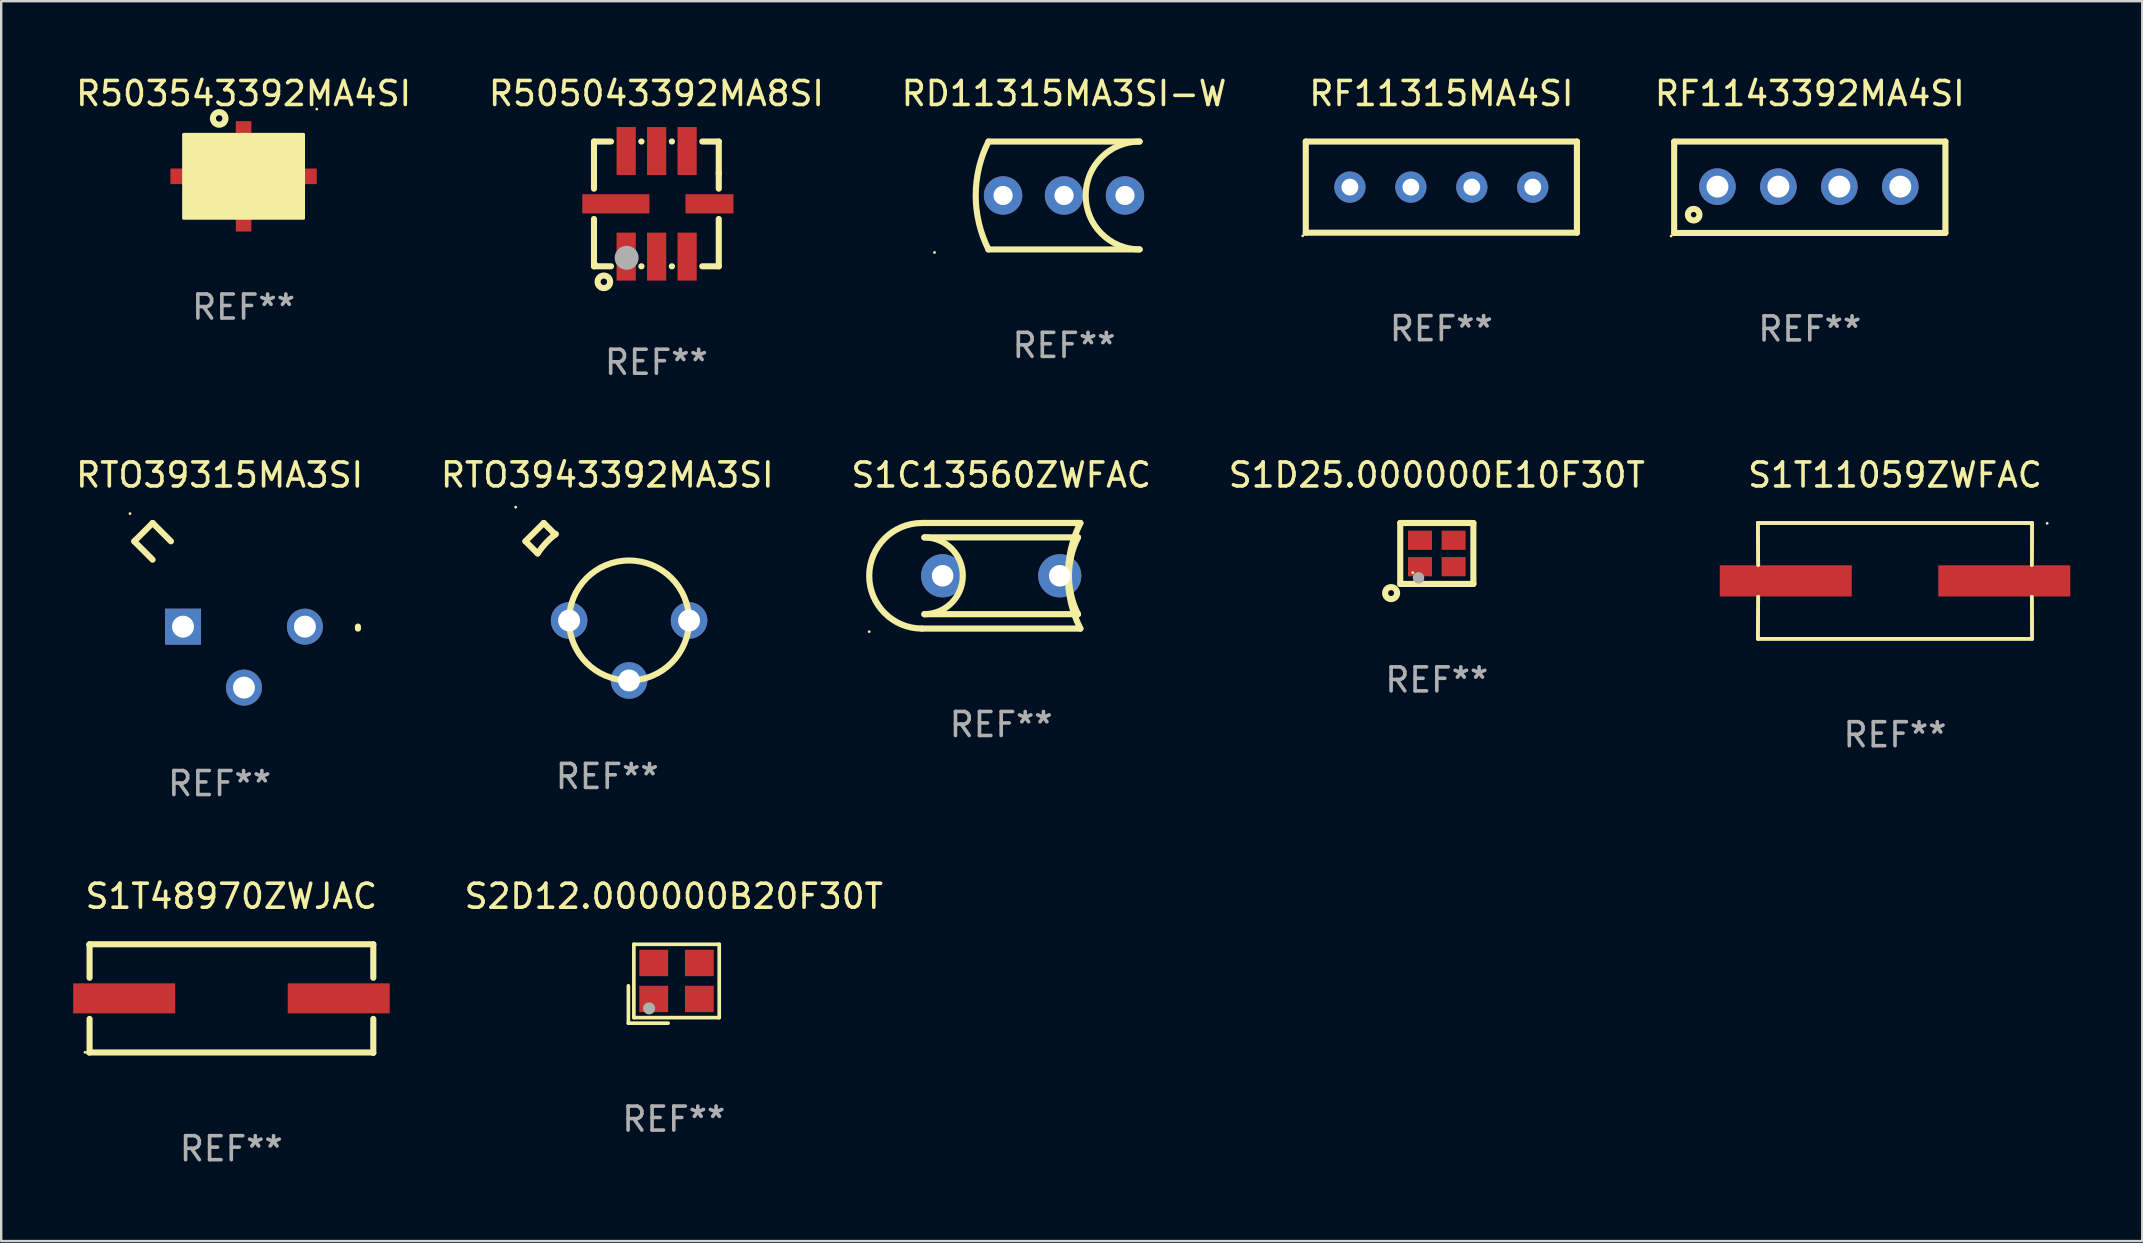
<source format=kicad_pcb>
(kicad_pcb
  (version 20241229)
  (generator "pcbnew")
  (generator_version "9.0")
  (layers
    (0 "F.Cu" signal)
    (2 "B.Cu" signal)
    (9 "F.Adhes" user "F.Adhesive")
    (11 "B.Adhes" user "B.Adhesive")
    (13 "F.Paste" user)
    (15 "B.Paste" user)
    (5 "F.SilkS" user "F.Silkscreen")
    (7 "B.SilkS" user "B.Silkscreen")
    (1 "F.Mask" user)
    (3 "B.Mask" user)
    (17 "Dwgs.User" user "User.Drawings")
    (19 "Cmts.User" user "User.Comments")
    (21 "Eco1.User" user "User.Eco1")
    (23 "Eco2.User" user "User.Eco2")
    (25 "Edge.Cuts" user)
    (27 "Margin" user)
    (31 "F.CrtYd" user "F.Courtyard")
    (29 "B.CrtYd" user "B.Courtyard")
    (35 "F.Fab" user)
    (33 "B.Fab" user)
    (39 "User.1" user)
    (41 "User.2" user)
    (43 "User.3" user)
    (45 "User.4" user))
  (footprint "RD11315MA3SI-W"
    (layer "F.Cu")
    (at 41.292 5.096)
    (property "Reference" "RD11315MA3SI-W" (at 0 -4.248 0) (layer "F.SilkS") (effects (font (size 1 1) (thickness 0.15))))
    (attr through_hole)
    (fp_line (start 3.15 -2.248) (end -3.15 -2.248) (stroke (width 0.254) (type solid)) (layer "F.SilkS"))
    (fp_line (start 3.15 2.248) (end -3.15 2.248) (stroke (width 0.254) (type solid)) (layer "F.SilkS"))
    (fp_arc (start -3.149606 2.247905) (mid -3.680264 0) (end -3.149606 -2.247904) (stroke (width 0.254001) (type solid)) (layer "F.SilkS"))
    (fp_arc (start 3.149606 2.247904) (mid 0.901702 0) (end 3.149606 -2.247904) (stroke (width 0.254001) (type solid)) (layer "F.SilkS"))
    (fp_circle (center -5.398 2.375) (end -5.368 2.375) (stroke (width 0.06) (type solid)) (fill no) (layer "F.SilkS"))
    (fp_text user "REF**" (at 0 6.248 0) (layer "F.Fab") (effects (font (size 1 1) (thickness 0.15))))
    (pad "1" thru_hole circle (at -2.54 0) (size 1.6 1.6) (drill 0.8) (layers "*.Cu" "*.Mask"))
    (pad "2" thru_hole circle (at 2.54 0) (size 1.6 1.6) (drill 0.8) (layers "*.Cu" "*.Mask"))
    (pad "3" thru_hole circle (at 0 0) (size 1.6 1.6) (drill 0.8) (layers "*.Cu" "*.Mask")))
  (footprint "RF11315MA4SI"
    (layer "F.Cu")
    (at 57.016 4.748)
    (property "Reference" "RF11315MA4SI" (at 0 -3.9 0) (layer "F.SilkS") (effects (font (size 1 1) (thickness 0.15))))
    (attr through_hole)
    (fp_line (start -5.65 -1.9) (end 5.65 -1.9) (stroke (width 0.254) (type solid)) (layer "F.SilkS"))
    (fp_line (start -5.65 1.9) (end -5.65 -1.9) (stroke (width 0.254) (type solid)) (layer "F.SilkS"))
    (fp_line (start 5.65 -1.9) (end 5.65 1.9) (stroke (width 0.254) (type solid)) (layer "F.SilkS"))
    (fp_line (start 5.65 1.9) (end -5.65 1.9) (stroke (width 0.254) (type solid)) (layer "F.SilkS"))
    (fp_circle (center -5.777 2.027) (end -5.747 2.027) (stroke (width 0.06) (type solid)) (fill no) (layer "F.SilkS"))
    (fp_text user "REF**" (at 0 5.9 0) (layer "F.Fab") (effects (font (size 1 1) (thickness 0.15))))
    (pad "1" thru_hole circle (at -3.81 0) (size 1.3 1.3) (drill 0.7) (layers "*.Cu" "*.Mask"))
    (pad "2" thru_hole circle (at -1.27 0) (size 1.3 1.3) (drill 0.7) (layers "*.Cu" "*.Mask"))
    (pad "3" thru_hole circle (at 1.27 0) (size 1.3 1.3) (drill 0.7) (layers "*.Cu" "*.Mask"))
    (pad "4" thru_hole circle (at 3.81 0) (size 1.3 1.3) (drill 0.7) (layers "*.Cu" "*.Mask")))
  (footprint "S1T11059ZWFAC"
    (layer "F.Cu")
    (at 75.922 21.158)
    (property "Reference" "S1T11059ZWFAC" (at 0 -4.413 0) (layer "F.SilkS") (effects (font (size 1 1) (thickness 0.15))))
    (attr through_hole)
    (fp_line (start -5.715 -2.413) (end -5.7 -0.662) (stroke (width 0.152) (type solid)) (layer "F.SilkS"))
    (fp_line (start -5.715 -2.413) (end -5.7 -0.662) (stroke (width 0.152) (type solid)) (layer "F.SilkS"))
    (fp_line (start -5.715 2.413) (end 5.715 2.413) (stroke (width 0.152) (type solid)) (layer "F.SilkS"))
    (fp_line (start -5.715 2.413) (end 5.715 2.413) (stroke (width 0.152) (type solid)) (layer "F.SilkS"))
    (fp_line (start -5.7 0.662) (end -5.715 2.413) (stroke (width 0.152) (type solid)) (layer "F.SilkS"))
    (fp_line (start -5.7 0.662) (end -5.715 2.413) (stroke (width 0.152) (type solid)) (layer "F.SilkS"))
    (fp_line (start 5.7 -0.662) (end 5.715 -2.413) (stroke (width 0.152) (type solid)) (layer "F.SilkS"))
    (fp_line (start 5.7 -0.662) (end 5.715 -2.413) (stroke (width 0.152) (type solid)) (layer "F.SilkS"))
    (fp_line (start 5.715 -2.413) (end -5.715 -2.413) (stroke (width 0.152) (type solid)) (layer "F.SilkS"))
    (fp_line (start 5.715 -2.413) (end -5.715 -2.413) (stroke (width 0.152) (type solid)) (layer "F.SilkS"))
    (fp_line (start 5.715 2.413) (end 5.7 0.662) (stroke (width 0.152) (type solid)) (layer "F.SilkS"))
    (fp_line (start 5.715 2.413) (end 5.7 0.662) (stroke (width 0.152) (type solid)) (layer "F.SilkS"))
    (fp_circle (center 6.34 -2.4) (end 6.37 -2.4) (stroke (width 0.06) (type solid)) (fill no) (layer "F.SilkS"))
    (fp_text user "REF**" (at 0 6.413 0) (layer "F.Fab") (effects (font (size 1 1) (thickness 0.15))))
    (pad "1" smd rect (at 4.553 0) (size 5.5 1.3) (layers "F.Cu" "F.Mask" "F.Paste"))
    (pad "2" smd rect (at -4.553 0) (size 5.5 1.3) (layers "F.Cu" "F.Mask" "F.Paste")))
  (footprint "RTO39315MA3SI"
    (layer "F.Cu")
    (at 6.101 22.175)
    (property "Reference" "RTO39315MA3SI" (at 0 -5.43 0) (layer "F.SilkS") (effects (font (size 1 1) (thickness 0.15))))
    (attr through_hole)
    (fp_line (start -3.556 -2.666) (end -2.791 -3.43) (stroke (width 0.254) (type solid)) (layer "F.SilkS"))
    (fp_line (start -3.556 -2.666) (end -2.791 -1.901) (stroke (width 0.254) (type solid)) (layer "F.SilkS"))
    (fp_line (start -2.791 -3.43) (end -2.027 -2.666) (stroke (width 0.254) (type solid)) (layer "F.SilkS"))
    (fp_arc (start 5.765812 0.971348) (mid 5.765627 0.929273) (end 5.765812 0.887198) (stroke (width 0.254001) (type solid)) (layer "F.SilkS"))
    (fp_circle (center -3.734 -3.821) (end -3.704 -3.821) (stroke (width 0.06) (type solid)) (fill no) (layer "F.SilkS"))
    (fp_text user "REF**" (at 0 7.43 0) (layer "F.Fab") (effects (font (size 1 1) (thickness 0.15))))
    (pad "1" thru_hole rect (at -1.524 0.89) (size 1.499 1.499) (drill 0.914) (layers "*.Cu" "*.Mask"))
    (pad "2" thru_hole circle (at 1.016 3.43) (size 1.499 1.499) (drill 0.914) (layers "*.Cu" "*.Mask"))
    (pad "3" thru_hole circle (at 3.556 0.89) (size 1.499 1.499) (drill 0.914) (layers "*.Cu" "*.Mask")))
  (footprint "S2D12.000000B20F30T"
    (layer "F.Cu")
    (at 25.03 37.945)
    (property "Reference" "S2D12.000000B20F30T" (at 0 -3.643 0) (layer "F.SilkS") (effects (font (size 1 1) (thickness 0.15))))
    (attr through_hole)
    (fp_line (start -1.893 0.086) (end -1.893 1.643) (stroke (width 0.152) (type solid)) (layer "F.SilkS"))
    (fp_line (start -1.893 1.643) (end -0.237 1.643) (stroke (width 0.152) (type solid)) (layer "F.SilkS"))
    (fp_line (start -1.665 -1.643) (end 1.893 -1.643) (stroke (width 0.152) (type solid)) (layer "F.SilkS"))
    (fp_line (start -1.665 1.414) (end -1.665 -1.643) (stroke (width 0.152) (type solid)) (layer "F.SilkS"))
    (fp_line (start 1.893 -1.643) (end 1.893 1.414) (stroke (width 0.152) (type solid)) (layer "F.SilkS"))
    (fp_line (start 1.893 1.414) (end -1.665 1.414) (stroke (width 0.152) (type solid)) (layer "F.SilkS"))
    (fp_circle (center -1.136 0.885) (end -1.106 0.885) (stroke (width 0.06) (type solid)) (fill no) (layer "F.SilkS"))
    (fp_circle (center -1.029 1.028) (end -0.902 1.028) (stroke (width 0.254) (type solid)) (fill no) (layer "F.Fab"))
    (fp_text user "REF**" (at 0 5.643 0) (layer "F.Fab") (effects (font (size 1 1) (thickness 0.15))))
    (pad "1" smd rect (at -0.836 0.636) (size 1.2 1.1) (layers "F.Cu" "F.Mask" "F.Paste"))
    (pad "2" smd rect (at 1.064 0.636) (size 1.2 1.1) (layers "F.Cu" "F.Mask" "F.Paste"))
    (pad "3" smd rect (at 1.064 -0.865) (size 1.2 1.1) (layers "F.Cu" "F.Mask" "F.Paste"))
    (pad "4" smd rect (at -0.836 -0.865) (size 1.2 1.1) (layers "F.Cu" "F.Mask" "F.Paste")))
  (footprint "S1C13560ZWFAC"
    (layer "F.Cu")
    (at 38.673 20.945)
    (property "Reference" "S1C13560ZWFAC" (at 0 -4.2 0) (layer "F.SilkS") (effects (font (size 1 1) (thickness 0.15))))
    (attr through_hole)
    (fp_line (start -3.3 -2.2) (end 3.3 -2.2) (stroke (width 0.258) (type solid)) (layer "F.SilkS"))
    (fp_line (start -3.2 1.6) (end 3.2 1.6) (stroke (width 0.258) (type solid)) (layer "F.SilkS"))
    (fp_line (start 3.2 -1.6) (end -3.2 -1.6) (stroke (width 0.258) (type solid)) (layer "F.SilkS"))
    (fp_line (start 3.3 2.2) (end -3.3 2.2) (stroke (width 0.258) (type solid)) (layer "F.SilkS"))
    (fp_arc (start -3.299987 2.2) (mid -5.499301 -0.000076) (end -3.299479 -2.199644) (stroke (width 0.258065) (type solid)) (layer "F.SilkS"))
    (fp_arc (start -3.200418 -1.600203) (mid -1.600292 -0.000291) (end -3.200013 1.600025) (stroke (width 0.258065) (type solid)) (layer "F.SilkS"))
    (fp_arc (start 3.200394 1.600203) (mid 2.822512 0.00014) (end 3.199962 -1.600025) (stroke (width 0.258065) (type solid)) (layer "F.SilkS"))
    (fp_arc (start 3.299453 2.199645) (mid 2.780328 -0.000241) (end 3.299987 -2.2) (stroke (width 0.258065) (type solid)) (layer "F.SilkS"))
    (fp_circle (center -5.5 2.329) (end -5.47 2.329) (stroke (width 0.06) (type solid)) (fill no) (layer "F.SilkS"))
    (fp_text user "REF**" (at 0 6.2 0) (layer "F.Fab") (effects (font (size 1 1) (thickness 0.15))))
    (pad "1" thru_hole circle (at -2.44 0) (size 1.8 1.8) (drill 0.9) (layers "*.Cu" "*.Mask"))
    (pad "2" thru_hole circle (at 2.44 0) (size 1.8 1.8) (drill 0.9) (layers "*.Cu" "*.Mask")))
  (footprint "RF1143392MA4SI"
    (layer "F.Cu")
    (at 72.37 4.753)
    (property "Reference" "RF1143392MA4SI" (at 0 -3.905 0) (layer "F.SilkS") (effects (font (size 1 1) (thickness 0.15))))
    (attr through_hole)
    (fp_line (start -5.652 -1.905) (end 5.649 -1.905) (stroke (width 0.254) (type solid)) (layer "F.SilkS"))
    (fp_line (start -5.652 1.905) (end -5.652 -1.895) (stroke (width 0.254) (type solid)) (layer "F.SilkS"))
    (fp_line (start 5.652 -1.905) (end 5.652 1.895) (stroke (width 0.254) (type solid)) (layer "F.SilkS"))
    (fp_line (start 5.652 1.905) (end -5.649 1.905) (stroke (width 0.254) (type solid)) (layer "F.SilkS"))
    (fp_circle (center -5.779 2.032) (end -5.749 2.032) (stroke (width 0.06) (type solid)) (fill no) (layer "F.SilkS"))
    (fp_circle (center -4.839 1.143) (end -4.725 1.143) (stroke (width 0.254) (type solid)) (fill no) (layer "F.SilkS"))
    (fp_text user "REF**" (at 0 5.905 0) (layer "F.Fab") (effects (font (size 1 1) (thickness 0.15))))
    (pad "1" thru_hole circle (at -3.848 -0.025) (size 1.524 1.524) (drill 0.914) (layers "*.Cu" "*.Mask"))
    (pad "2" thru_hole circle (at -1.308 -0.025) (size 1.524 1.524) (drill 0.914) (layers "*.Cu" "*.Mask"))
    (pad "3" thru_hole circle (at 1.232 -0.025) (size 1.524 1.524) (drill 0.914) (layers "*.Cu" "*.Mask"))
    (pad "4" thru_hole circle (at 3.772 -0.025) (size 1.524 1.524) (drill 0.914) (layers "*.Cu" "*.Mask")))
  (footprint "S1T48970ZWJAC"
    (layer "F.Cu")
    (at 6.589 38.562)
    (property "Reference" "S1T48970ZWJAC" (at 0 -4.261 0) (layer "F.SilkS") (effects (font (size 1 1) (thickness 0.15))))
    (attr through_hole)
    (fp_line (start -5.918 2.248) (end 5.906 2.248) (stroke (width 0.254) (type solid)) (layer "F.SilkS"))
    (fp_line (start -5.906 -2.261) (end -5.918 -2.248) (stroke (width 0.254) (type solid)) (layer "F.SilkS"))
    (fp_line (start -5.906 -2.244) (end -5.906 -0.864) (stroke (width 0.254) (type solid)) (layer "F.SilkS"))
    (fp_line (start -5.906 0.848) (end -5.906 2.235) (stroke (width 0.254) (type solid)) (layer "F.SilkS"))
    (fp_line (start -5.906 2.235) (end -5.918 2.248) (stroke (width 0.254) (type solid)) (layer "F.SilkS"))
    (fp_line (start 5.906 2.248) (end 5.918 2.261) (stroke (width 0.254) (type solid)) (layer "F.SilkS"))
    (fp_line (start 5.918 -2.261) (end -5.906 -2.261) (stroke (width 0.254) (type solid)) (layer "F.SilkS"))
    (fp_line (start 5.918 -0.864) (end 5.918 -2.261) (stroke (width 0.254) (type solid)) (layer "F.SilkS"))
    (fp_line (start 5.918 2.261) (end 5.918 0.848) (stroke (width 0.254) (type solid)) (layer "F.SilkS"))
    (fp_circle (center -6.096 2.242) (end -6.066 2.242) (stroke (width 0.06) (type solid)) (fill no) (layer "F.SilkS"))
    (fp_text user "REF**" (at 0 6.261 0) (layer "F.Fab") (effects (font (size 1 1) (thickness 0.15))))
    (pad "1" smd rect (at -4.464 -0.008) (size 4.25 1.25) (layers "F.Cu" "F.Mask" "F.Paste"))
    (pad "2" smd rect (at 4.477 -0.008) (size 4.25 1.25) (layers "F.Cu" "F.Mask" "F.Paste")))
  (footprint "R503543392MA4SI"
    (layer "F.Cu")
    (at 7.101 4.298)
    (property "Reference" "R503543392MA4SI" (at 0 -3.45 0) (layer "F.SilkS") (effects (font (size 1 1) (thickness 0.15))))
    (attr through_hole)
    (fp_circle (center -1.016 -2.413) (end -0.754 -2.413) (stroke (width 0.254) (type solid)) (fill no) (layer "F.SilkS"))
    (fp_circle (center 3.05 -2.802) (end 3.08 -2.802) (stroke (width 0.06) (type solid)) (fill no) (layer "F.SilkS"))
    (fp_poly (pts (xy -2.5 -1.75) (xy 2.5 -1.75) (xy 2.5 1.75) (xy -2.5 1.75)) (stroke (width 0.12) (type solid)) (fill yes) (layer "F.SilkS"))
    (fp_text user "REF**" (at 0 5.45 0) (layer "F.Fab") (effects (font (size 1 1) (thickness 0.15))))
    (pad "1" smd rect (at 0.000127 -1.45 270) (size 1.7 0.65) (layers "F.Cu" "F.Mask" "F.Paste"))
    (pad "2" smd rect (at -2.2 0) (size 1.7 0.65) (layers "F.Cu" "F.Mask" "F.Paste"))
    (pad "3" smd rect (at 0.000127 1.45 90) (size 1.7 0.65) (layers "F.Cu" "F.Mask" "F.Paste"))
    (pad "4" smd rect (at 2.2 0 180) (size 1.7 0.65) (layers "F.Cu" "F.Mask" "F.Paste")))
  (footprint "RTO3943392MA3SI"
    (layer "F.Cu")
    (at 22.256 22.026)
    (property "Reference" "RTO3943392MA3SI" (at 0 -5.282 0) (layer "F.SilkS") (effects (font (size 1 1) (thickness 0.15))))
    (attr through_hole)
    (fp_line (start -3.409 -2.52) (end -2.901 -2.012) (stroke (width 0.254) (type solid)) (layer "F.SilkS"))
    (fp_line (start -3.409 -2.52) (end -2.647 -3.282) (stroke (width 0.254) (type solid)) (layer "F.SilkS"))
    (fp_line (start -2.647 -3.282) (end -2.164 -2.799) (stroke (width 0.254) (type solid)) (layer "F.SilkS"))
    (fp_arc (start -2.900686 -2.011684) (mid -2.555335 -2.449563) (end -2.142494 -2.824486) (stroke (width 0.254001) (type solid)) (layer "F.SilkS"))
    (fp_circle (center -3.816 -3.942) (end -3.786 -3.942) (stroke (width 0.06) (type solid)) (fill no) (layer "F.SilkS"))
    (fp_circle (center 0.909 0.782) (end 3.409 0.782) (stroke (width 0.254) (type solid)) (fill no) (layer "F.SilkS"))
    (fp_text user "REF**" (at 0 7.282 0) (layer "F.Fab") (effects (font (size 1 1) (thickness 0.15))))
    (pad "1" thru_hole circle (at -1.59 0.782) (size 1.524 1.524) (drill 0.914) (layers "*.Cu" "*.Mask"))
    (pad "2" thru_hole circle (at 0.909 3.282) (size 1.524 1.524) (drill 0.914) (layers "*.Cu" "*.Mask"))
    (pad "3" thru_hole circle (at 3.409 0.782) (size 1.524 1.524) (drill 0.914) (layers "*.Cu" "*.Mask")))
  (footprint "R505043392MA8SI"
    (layer "F.Cu")
    (at 24.304 5.448)
    (property "Reference" "R505043392MA8SI" (at 0 -4.6 0) (layer "F.SilkS") (effects (font (size 1 1) (thickness 0.15))))
    (attr through_hole)
    (fp_line (start -2.6 -2.6) (end -1.89 -2.6) (stroke (width 0.254) (type solid)) (layer "F.SilkS"))
    (fp_line (start -2.6 -0.635) (end -2.6 -2.6) (stroke (width 0.254) (type solid)) (layer "F.SilkS"))
    (fp_line (start -2.6 2.6) (end -2.6 0.627) (stroke (width 0.254) (type solid)) (layer "F.SilkS"))
    (fp_line (start -1.89 2.6) (end -2.6 2.6) (stroke (width 0.254) (type solid)) (layer "F.SilkS"))
    (fp_line (start -0.628 -2.6) (end -0.62 -2.6) (stroke (width 0.254) (type solid)) (layer "F.SilkS"))
    (fp_line (start -0.62 2.6) (end -0.628 2.6) (stroke (width 0.254) (type solid)) (layer "F.SilkS"))
    (fp_line (start 0.642 -2.6) (end 0.65 -2.6) (stroke (width 0.254) (type solid)) (layer "F.SilkS"))
    (fp_line (start 0.65 2.6) (end 0.642 2.6) (stroke (width 0.254) (type solid)) (layer "F.SilkS"))
    (fp_line (start 1.912 -2.6) (end 2.6 -2.6) (stroke (width 0.254) (type solid)) (layer "F.SilkS"))
    (fp_line (start 2.6 -2.6) (end 2.6 -1.25) (stroke (width 0.254) (type solid)) (layer "F.SilkS"))
    (fp_line (start 2.6 -1.3) (end 2.6 -0.635) (stroke (width 0.254) (type solid)) (layer "F.SilkS"))
    (fp_line (start 2.6 0.627) (end 2.6 2.6) (stroke (width 0.254) (type solid)) (layer "F.SilkS"))
    (fp_line (start 2.6 2.6) (end 1.912 2.6) (stroke (width 0.254) (type solid)) (layer "F.SilkS"))
    (fp_circle (center -2.489 2.496) (end -2.459 2.496) (stroke (width 0.06) (type solid)) (fill no) (layer "F.SilkS"))
    (fp_circle (center -2.189 3.246) (end -1.927 3.246) (stroke (width 0.254) (type solid)) (fill no) (layer "F.SilkS"))
    (fp_circle (center -1.239 2.246) (end -0.989 2.246) (stroke (width 0.5) (type solid)) (fill no) (layer "F.Fab"))
    (fp_text user "REF**" (at 0 6.6 0) (layer "F.Fab") (effects (font (size 1 1) (thickness 0.15))))
    (pad "1" smd rect (at -1.259 2.196 90) (size 2 0.8) (layers "F.Cu" "F.Mask" "F.Paste"))
    (pad "2" smd rect (at 0.011 2.196 90) (size 2 0.8) (layers "F.Cu" "F.Mask" "F.Paste"))
    (pad "3" smd rect (at 1.281 2.196 90) (size 2 0.8) (layers "F.Cu" "F.Mask" "F.Paste"))
    (pad "4" smd rect (at 2.211 -0.004 180) (size 2 0.8) (layers "F.Cu" "F.Mask" "F.Paste"))
    (pad "5" smd rect (at 1.281 -2.204 270) (size 2 0.8) (layers "F.Cu" "F.Mask" "F.Paste"))
    (pad "6" smd rect (at 0.011 -2.204 270) (size 2 0.8) (layers "F.Cu" "F.Mask" "F.Paste"))
    (pad "7" smd rect (at -1.259 -2.204 270) (size 2 0.8) (layers "F.Cu" "F.Mask" "F.Paste"))
    (pad "8" smd rect (at -1.689 -0.004) (size 2.8 0.8) (layers "F.Cu" "F.Mask" "F.Paste")))
  (footprint "S1D25.000000E10F30T"
    (layer "F.Cu")
    (at 56.827 20.015)
    (property "Reference" "S1D25.000000E10F30T" (at 0 -3.27 0) (layer "F.SilkS") (effects (font (size 1 1) (thickness 0.15))))
    (attr through_hole)
    (fp_line (start -1.524 -1.27) (end -1.524 1.27) (stroke (width 0.254) (type solid)) (layer "F.SilkS"))
    (fp_line (start -1.524 -1.27) (end 1.524 -1.27) (stroke (width 0.254) (type solid)) (layer "F.SilkS"))
    (fp_line (start -1.524 1.27) (end 1.524 1.27) (stroke (width 0.254) (type solid)) (layer "F.SilkS"))
    (fp_line (start 1.524 -1.27) (end 1.524 1.27) (stroke (width 0.254) (type solid)) (layer "F.SilkS"))
    (fp_circle (center -1.905 1.651) (end -1.655 1.651) (stroke (width 0.254) (type solid)) (fill no) (layer "F.SilkS"))
    (fp_circle (center -1 0.8) (end -0.97 0.8) (stroke (width 0.06) (type solid)) (fill no) (layer "F.SilkS"))
    (fp_circle (center -0.762 1.016) (end -0.642 1.016) (stroke (width 0.24) (type solid)) (fill no) (layer "F.Fab"))
    (fp_text user "REF**" (at 0 5.27 0) (layer "F.Fab") (effects (font (size 1 1) (thickness 0.15))))
    (pad "1" smd rect (at -0.7 0.55) (size 1 0.8) (layers "F.Cu" "F.Mask" "F.Paste"))
    (pad "2" smd rect (at 0.7 0.55) (size 1 0.8) (layers "F.Cu" "F.Mask" "F.Paste"))
    (pad "3" smd rect (at 0.7 -0.55) (size 1 0.8) (layers "F.Cu" "F.Mask" "F.Paste"))
    (pad "4" smd rect (at -0.7 -0.55) (size 1 0.8) (layers "F.Cu" "F.Mask" "F.Paste")))
  (gr_rect
    (start -3 -3)
    (end 86.225 48.671)
    (stroke (width 0.1) (type default))
    (fill no)
    (layer "Edge.Cuts")))
</source>
